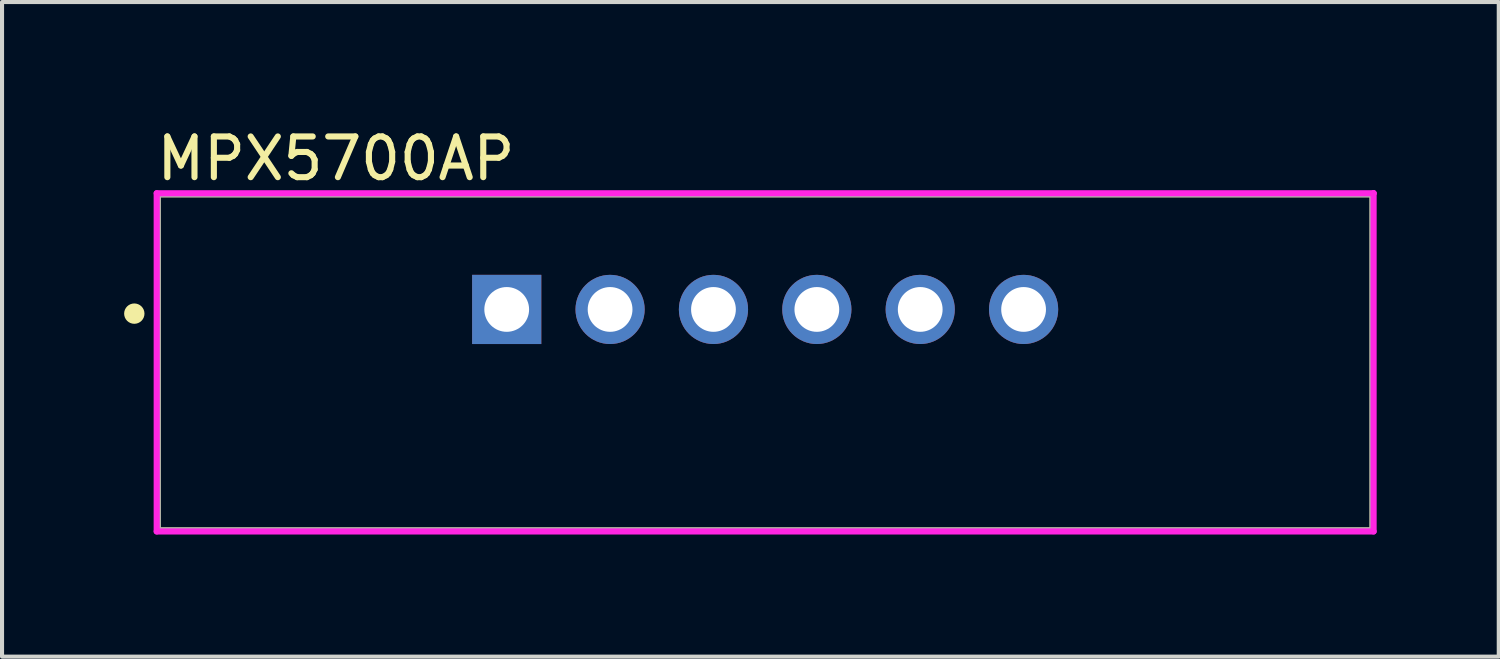
<source format=kicad_pcb>
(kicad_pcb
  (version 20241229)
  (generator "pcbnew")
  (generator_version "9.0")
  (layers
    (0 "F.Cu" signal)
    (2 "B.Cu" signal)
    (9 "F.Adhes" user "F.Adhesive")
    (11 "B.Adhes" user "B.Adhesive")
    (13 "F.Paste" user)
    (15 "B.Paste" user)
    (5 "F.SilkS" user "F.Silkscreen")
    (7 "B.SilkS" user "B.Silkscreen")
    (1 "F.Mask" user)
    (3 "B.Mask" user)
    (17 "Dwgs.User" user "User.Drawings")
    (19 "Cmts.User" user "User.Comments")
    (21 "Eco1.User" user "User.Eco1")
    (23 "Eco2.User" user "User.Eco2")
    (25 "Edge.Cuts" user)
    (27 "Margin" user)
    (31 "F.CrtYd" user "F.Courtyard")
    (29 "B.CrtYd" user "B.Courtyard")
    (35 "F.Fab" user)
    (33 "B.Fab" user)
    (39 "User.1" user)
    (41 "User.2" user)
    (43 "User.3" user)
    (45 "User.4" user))
  (footprint "MPX5700AP"
    (layer "F.Cu")
    (at 15.75 5.853)
    (property "Reference" "MPX5700AP" (at -15.025 -5.005 0) (layer "F.SilkS") (effects (font (size 1 1) (thickness 0.15)) (justify left)))
    (attr through_hole)
    (fp_line (start -14.925 -4.13) (end 14.925 -4.13) (stroke (width 0.15) (type solid)) (layer "F.SilkS"))
    (fp_line (start -14.925 4.13) (end -14.925 -4.13) (stroke (width 0.15) (type solid)) (layer "F.SilkS"))
    (fp_line (start -14.925 4.13) (end 14.925 4.13) (stroke (width 0.15) (type solid)) (layer "F.SilkS"))
    (fp_line (start 14.925 4.13) (end 14.925 -4.13) (stroke (width 0.15) (type solid)) (layer "F.SilkS"))
    (fp_circle (center -15.5 -1.197) (end -15.375 -1.197) (stroke (width 0.25) (type solid)) (fill no) (layer "F.SilkS"))
    (fp_line (start -14.95 -4.155) (end -14.95 4.155) (stroke (width 0.15) (type solid)) (layer "F.CrtYd"))
    (fp_line (start -14.95 4.155) (end 14.95 4.155) (stroke (width 0.15) (type solid)) (layer "F.CrtYd"))
    (fp_line (start 14.95 -4.155) (end -14.95 -4.155) (stroke (width 0.15) (type solid)) (layer "F.CrtYd"))
    (fp_line (start 14.95 -4.155) (end 14.95 -4.155) (stroke (width 0.15) (type solid)) (layer "F.CrtYd"))
    (fp_line (start 14.95 4.155) (end 14.95 -4.155) (stroke (width 0.15) (type solid)) (layer "F.CrtYd"))
    (fp_line (start -14.925 -4.13) (end 14.925 -4.13) (stroke (width 0.15) (type solid)) (layer "F.Fab"))
    (fp_line (start -14.925 4.13) (end -14.925 -4.13) (stroke (width 0.15) (type solid)) (layer "F.Fab"))
    (fp_line (start 14.925 -4.13) (end 14.925 4.13) (stroke (width 0.15) (type solid)) (layer "F.Fab"))
    (fp_line (start 14.925 4.13) (end -14.925 4.13) (stroke (width 0.15) (type solid)) (layer "F.Fab"))
    (pad "1" thru_hole rect (at -6.35 -1.3 180) (size 1.7 1.7) (drill 1.1) (layers "*.Cu" "*.Mask"))
    (pad "2" thru_hole circle (at -3.81 -1.3 180) (size 1.7 1.7) (drill 1.1) (layers "*.Cu" "*.Mask"))
    (pad "3" thru_hole circle (at -1.27 -1.3 180) (size 1.7 1.7) (drill 1.1) (layers "*.Cu" "*.Mask"))
    (pad "4" thru_hole circle (at 1.27 -1.3 180) (size 1.7 1.7) (drill 1.1) (layers "*.Cu" "*.Mask"))
    (pad "5" thru_hole circle (at 3.81 -1.3 180) (size 1.7 1.7) (drill 1.1) (layers "*.Cu" "*.Mask"))
    (pad "6" thru_hole circle (at 6.35 -1.3 180) (size 1.7 1.7) (drill 1.1) (layers "*.Cu" "*.Mask")))
  (gr_rect
    (start -3 -3)
    (end 33.775 13.083)
    (stroke (width 0.1) (type default))
    (fill no)
    (layer "Edge.Cuts")))
</source>
